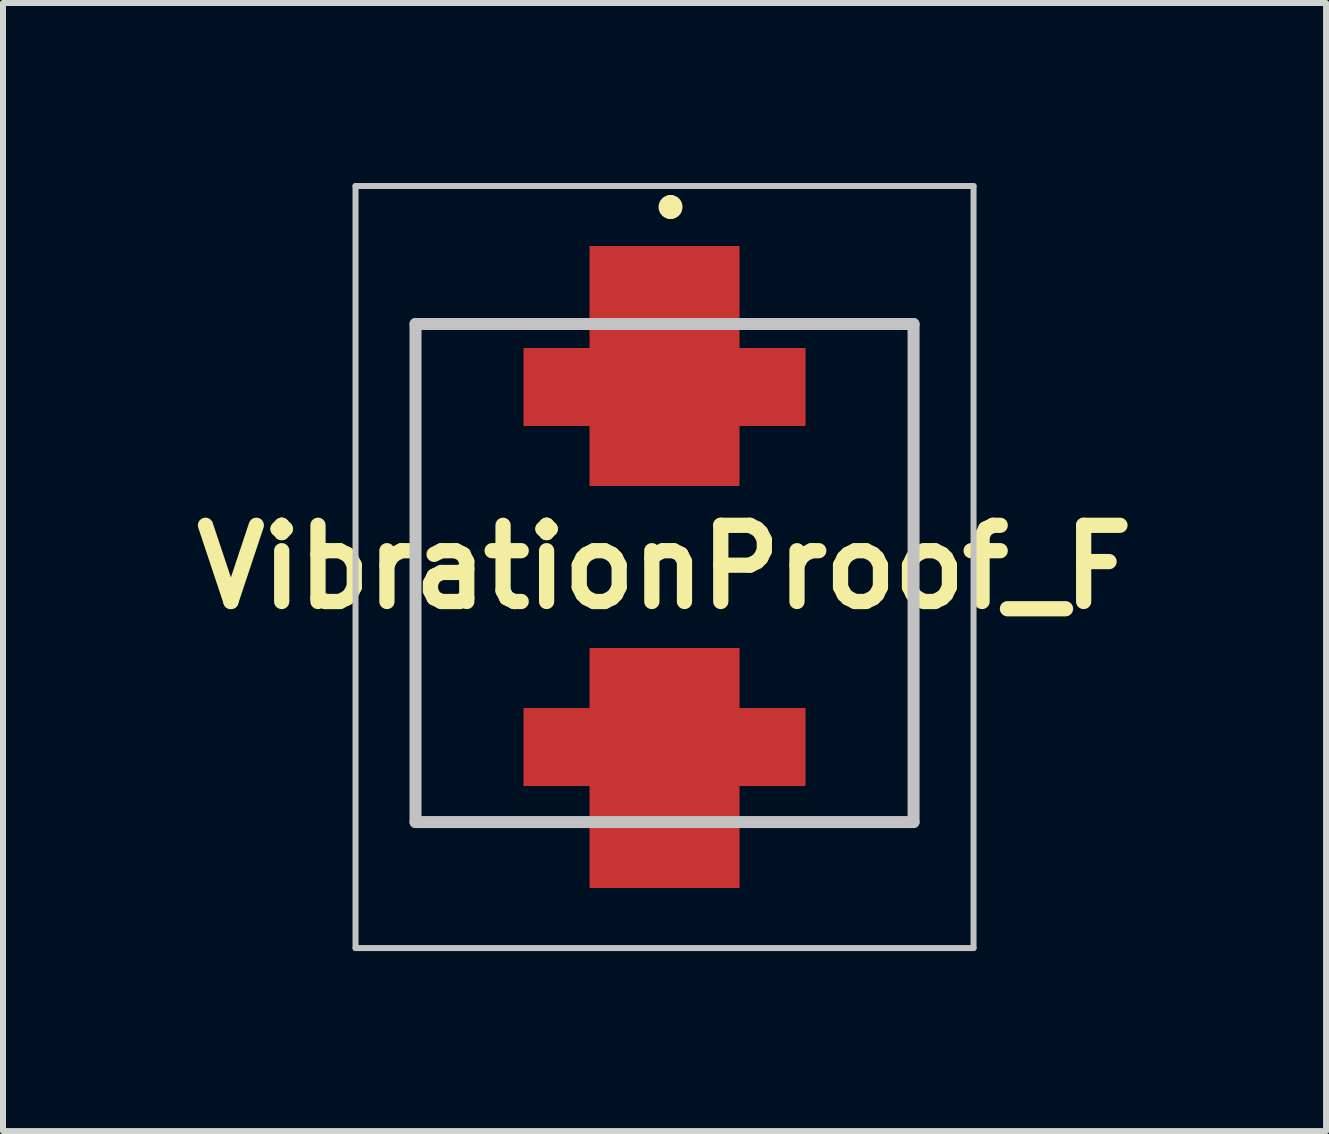
<source format=kicad_pcb>
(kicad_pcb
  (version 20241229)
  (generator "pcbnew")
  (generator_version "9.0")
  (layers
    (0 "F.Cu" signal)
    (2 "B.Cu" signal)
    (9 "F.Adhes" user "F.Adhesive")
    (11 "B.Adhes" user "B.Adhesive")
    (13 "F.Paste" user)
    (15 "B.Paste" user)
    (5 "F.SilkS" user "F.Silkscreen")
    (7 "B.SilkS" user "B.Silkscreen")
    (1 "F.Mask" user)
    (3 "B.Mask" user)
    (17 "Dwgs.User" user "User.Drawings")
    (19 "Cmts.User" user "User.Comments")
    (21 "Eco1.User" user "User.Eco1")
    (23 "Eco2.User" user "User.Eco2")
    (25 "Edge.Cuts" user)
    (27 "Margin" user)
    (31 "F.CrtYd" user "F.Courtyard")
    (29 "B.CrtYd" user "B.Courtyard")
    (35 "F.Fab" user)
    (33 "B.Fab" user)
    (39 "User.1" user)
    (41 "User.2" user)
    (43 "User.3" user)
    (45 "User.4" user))
  (footprint "VibrationProof_F"
    (layer "F.Cu")
    (at 8.025 6.4)
    (property "Reference" "VibrationProof_F" (at 0 0 0) (layer "F.SilkS") (effects (font (size 1.27 1.27) (thickness 0.254))))
    (attr smd)
    (fp_line (start -4.15 -4.05) (end -2.5 -4.05) (stroke (width 0.1) (type solid)) (layer "F.SilkS"))
    (fp_line (start -4.15 -3.9) (end -4.15 -4.05) (stroke (width 0.1) (type solid)) (layer "F.SilkS"))
    (fp_line (start -4.15 4.25) (end -4.15 -3.9) (stroke (width 0.1) (type solid)) (layer "F.SilkS"))
    (fp_line (start -3 4.25) (end -4.15 4.25) (stroke (width 0.1) (type solid)) (layer "F.SilkS"))
    (fp_line (start 0.1 -6.1) (end 0.1 -6.1) (stroke (width 0.2) (type solid)) (layer "F.SilkS"))
    (fp_line (start 0.1 -5.9) (end 0.1 -5.9) (stroke (width 0.2) (type solid)) (layer "F.SilkS"))
    (fp_line (start 2.5 -4.05) (end 4.15 -4.05) (stroke (width 0.1) (type solid)) (layer "F.SilkS"))
    (fp_line (start 4.15 -4.05) (end 4.15 4.25) (stroke (width 0.1) (type solid)) (layer "F.SilkS"))
    (fp_line (start 4.15 4.25) (end 2.5 4.25) (stroke (width 0.1) (type solid)) (layer "F.SilkS"))
    (fp_arc (start 0.1 -6.1) (mid 0.2 -6) (end 0.1 -5.9) (stroke (width 0.2) (type solid)) (layer "F.SilkS"))
    (fp_arc (start 0.1 -5.9) (mid 0 -6) (end 0.1 -6.1) (stroke (width 0.2) (type solid)) (layer "F.SilkS"))
    (fp_line (start -5.15 -6.35) (end 5.15 -6.35) (stroke (width 0.1) (type solid)) (layer "Dwgs.User"))
    (fp_line (start -5.15 6.35) (end -5.15 -6.35) (stroke (width 0.1) (type solid)) (layer "Dwgs.User"))
    (fp_line (start -4.15 -4.05) (end 4.15 -4.05) (stroke (width 0.2) (type solid)) (layer "Dwgs.User"))
    (fp_line (start -4.15 4.25) (end -4.15 -4.05) (stroke (width 0.2) (type solid)) (layer "Dwgs.User"))
    (fp_line (start 4.15 -4.05) (end 4.15 4.25) (stroke (width 0.2) (type solid)) (layer "Dwgs.User"))
    (fp_line (start 4.15 4.25) (end -4.15 4.25) (stroke (width 0.2) (type solid)) (layer "Dwgs.User"))
    (fp_line (start 5.15 -6.35) (end 5.15 6.35) (stroke (width 0.1) (type solid)) (layer "Dwgs.User"))
    (fp_line (start 5.15 6.35) (end -5.15 6.35) (stroke (width 0.1) (type solid)) (layer "Dwgs.User"))
    (pad "1" smd rect (at 0 -4.5 90) (size 1.7 2.5) (layers "F.Cu" "F.Mask" "F.Paste"))
    (pad "1" smd rect (at 0 -3 90) (size 1.3 4.7) (layers "F.Cu" "F.Mask" "F.Paste"))
    (pad "1" smd rect (at 0 -1.85 90) (size 1 2.5) (layers "F.Cu" "F.Mask" "F.Paste"))
    (pad "2" smd rect (at 0 1.85 90) (size 1 2.5) (layers "F.Cu" "F.Mask" "F.Paste"))
    (pad "2" smd rect (at 0 3 90) (size 1.3 4.7) (layers "F.Cu" "F.Mask" "F.Paste"))
    (pad "2" smd rect (at 0 4.5 90) (size 1.7 2.5) (layers "F.Cu" "F.Mask" "F.Paste")))
  (gr_rect
    (start -3 -3)
    (end 19.05 15.8)
    (stroke (width 0.1) (type default))
    (fill no)
    (layer "Edge.Cuts")))
</source>
